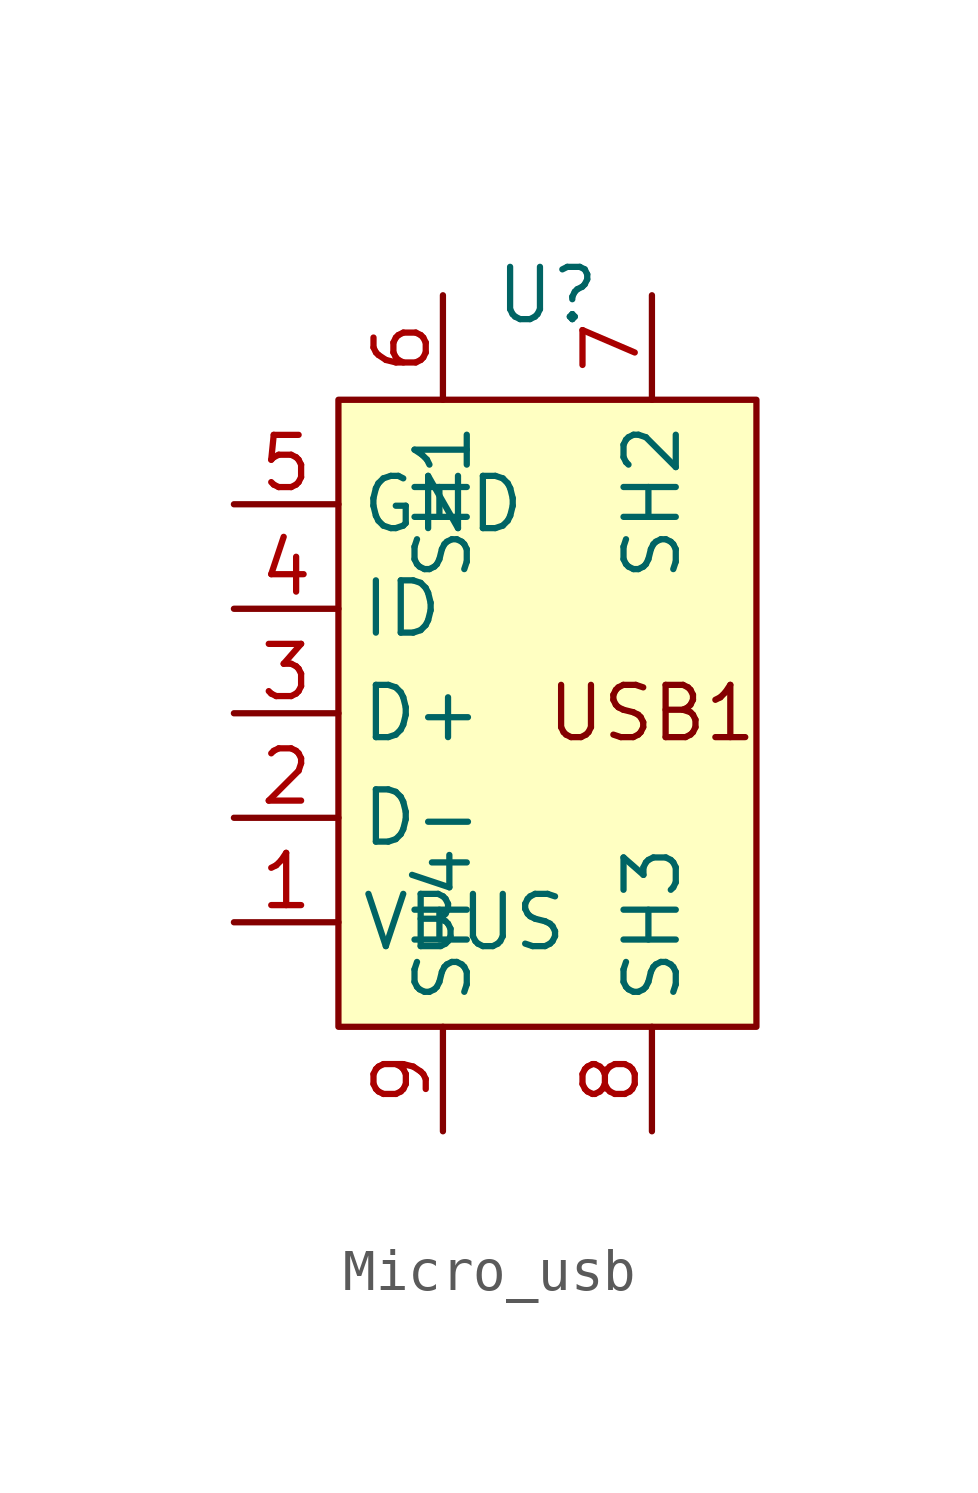
<source format=kicad_sym>
(kicad_symbol_lib
  (version 20220914)
  (generator kicad_symbol_editor)
  (symbol "Micro_usb"
    (property "Reference" "U"
      (at 0 0 0)
      (effects (font (size 1.27 1.27))))
    (property "Value" ""
      (at 0 0 0)
      (effects (font (size 1.27 1.27))))
    (symbol "Micro_usb_0_1"
      (rectangle (start -5.08 -2.54) (end 5.08 -17.78) (stroke (width 0) (type default)) (fill (type background)))
      (text "USB1" (at 2.54 -10.16 0) (effects (font (size 1.27 1.27)))))
    (symbol "Micro_usb_1_1"
      (pin input line (at -7.62 -15.24 0) (length 2.54) (name "VBUS" (effects (font (size 1.27 1.27)))) (number "1" (effects (font (size 1.27 1.27)))))
      (pin input line (at -7.62 -12.7 0) (length 2.54) (name "D-" (effects (font (size 1.27 1.27)))) (number "2" (effects (font (size 1.27 1.27)))))
      (pin input line (at -7.62 -10.16 0) (length 2.54) (name "D+" (effects (font (size 1.27 1.27)))) (number "3" (effects (font (size 1.27 1.27)))))
      (pin input line (at -7.62 -7.62 0) (length 2.54) (name "ID" (effects (font (size 1.27 1.27)))) (number "4" (effects (font (size 1.27 1.27)))))
      (pin input line (at -7.62 -5.08 0) (length 2.54) (name "GND" (effects (font (size 1.27 1.27)))) (number "5" (effects (font (size 1.27 1.27)))))
      (pin input line (at -2.54 0 270) (length 2.54) (name "SH1" (effects (font (size 1.27 1.27)))) (number "6" (effects (font (size 1.27 1.27)))))
      (pin input line (at 2.54 0 270) (length 2.54) (name "SH2" (effects (font (size 1.27 1.27)))) (number "7" (effects (font (size 1.27 1.27)))))
      (pin input line (at 2.54 -20.32 90) (length 2.54) (name "SH3" (effects (font (size 1.27 1.27)))) (number "8" (effects (font (size 1.27 1.27)))))
      (pin input line (at -2.54 -20.32 90) (length 2.54) (name "SH4" (effects (font (size 1.27 1.27)))) (number "9" (effects (font (size 1.27 1.27))))))))
</source>
